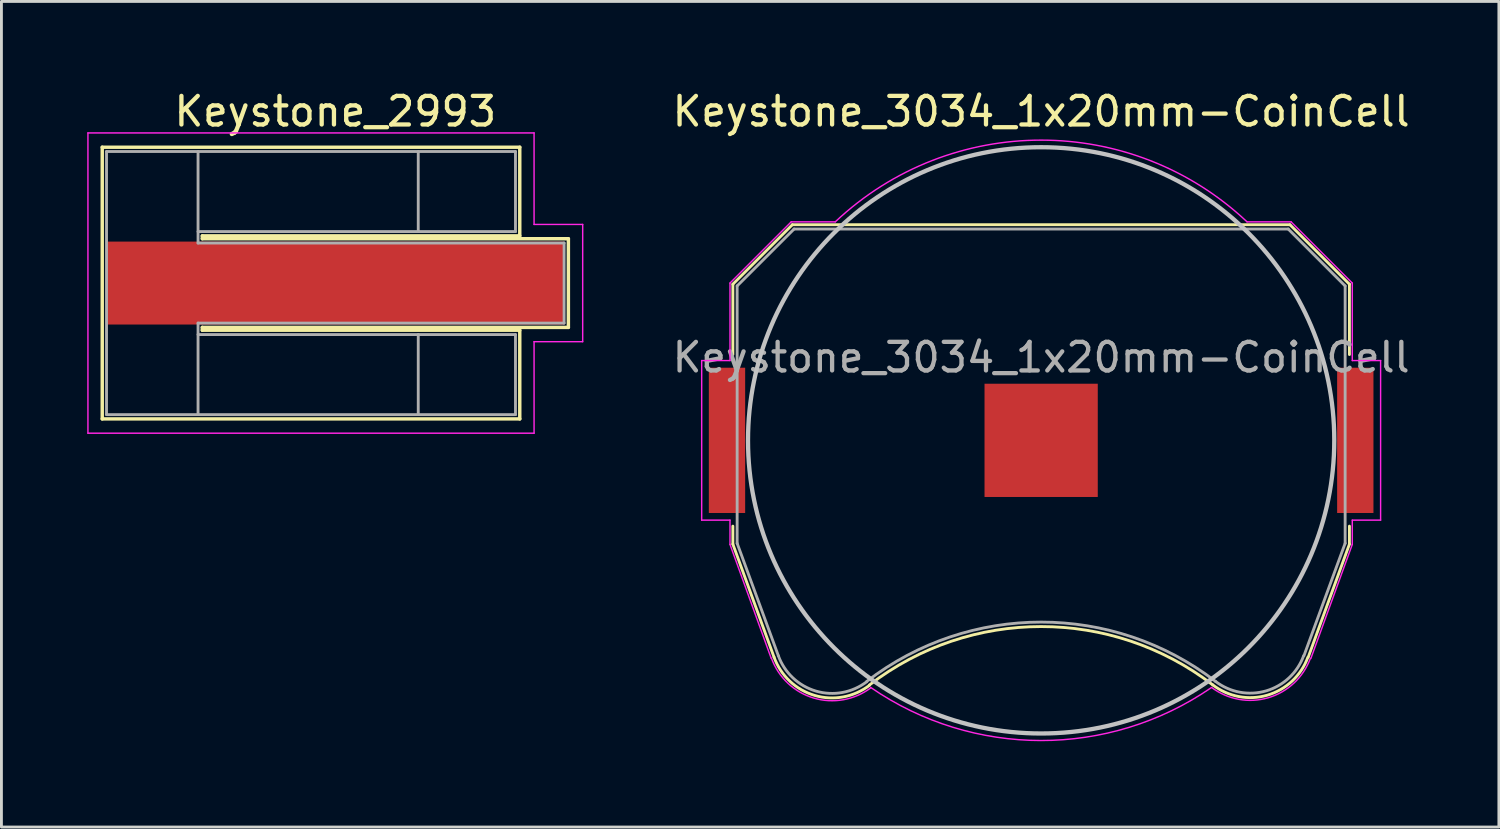
<source format=kicad_pcb>
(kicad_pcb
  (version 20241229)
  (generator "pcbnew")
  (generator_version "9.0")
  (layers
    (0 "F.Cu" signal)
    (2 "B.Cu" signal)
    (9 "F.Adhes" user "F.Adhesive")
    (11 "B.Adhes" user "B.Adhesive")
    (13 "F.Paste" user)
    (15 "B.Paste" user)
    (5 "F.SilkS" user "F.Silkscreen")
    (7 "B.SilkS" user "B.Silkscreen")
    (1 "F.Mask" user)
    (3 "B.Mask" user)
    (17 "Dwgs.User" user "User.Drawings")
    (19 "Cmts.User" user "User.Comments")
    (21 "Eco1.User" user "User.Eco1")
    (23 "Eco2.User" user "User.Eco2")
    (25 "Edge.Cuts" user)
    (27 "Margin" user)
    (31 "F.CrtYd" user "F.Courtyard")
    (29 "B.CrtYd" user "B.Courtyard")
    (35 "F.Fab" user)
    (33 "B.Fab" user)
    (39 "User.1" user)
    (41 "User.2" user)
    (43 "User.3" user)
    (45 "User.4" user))
  (footprint "Keystone_2993"
    (layer "F.Cu")
    (at 8.675 6.848)
    (property "Reference" "Keystone_2993" (at 0 -6 0) (layer "F.SilkS") (effects (font (size 1 1) (thickness 0.15))))
    (attr smd)
    (fp_line (start -8.15 -4.75) (end -8.15 4.75) (stroke (width 0.12) (type solid)) (layer "F.SilkS"))
    (fp_line (start -8.15 -4.75) (end 6.45 -4.75) (stroke (width 0.12) (type solid)) (layer "F.SilkS"))
    (fp_line (start -8.15 4.75) (end 6.45 4.75) (stroke (width 0.12) (type solid)) (layer "F.SilkS"))
    (fp_line (start -4.65 -1.65) (end -4.65 -1.55) (stroke (width 0.12) (type solid)) (layer "F.SilkS"))
    (fp_line (start -4.65 -1.55) (end 8.15 -1.55) (stroke (width 0.12) (type solid)) (layer "F.SilkS"))
    (fp_line (start -4.65 1.55) (end 8.15 1.55) (stroke (width 0.12) (type solid)) (layer "F.SilkS"))
    (fp_line (start -4.65 1.65) (end -4.65 1.55) (stroke (width 0.12) (type solid)) (layer "F.SilkS"))
    (fp_line (start 6.45 -4.75) (end 6.45 -1.65) (stroke (width 0.12) (type solid)) (layer "F.SilkS"))
    (fp_line (start 6.45 -1.65) (end -4.65 -1.65) (stroke (width 0.12) (type solid)) (layer "F.SilkS"))
    (fp_line (start 6.45 1.65) (end -4.65 1.65) (stroke (width 0.12) (type solid)) (layer "F.SilkS"))
    (fp_line (start 6.45 4.75) (end 6.45 1.65) (stroke (width 0.12) (type solid)) (layer "F.SilkS"))
    (fp_line (start 8.15 -1.55) (end 8.15 1.55) (stroke (width 0.12) (type solid)) (layer "F.SilkS"))
    (fp_line (start -8.65 -5.25) (end -8.65 5.25) (stroke (width 0.05) (type solid)) (layer "F.CrtYd"))
    (fp_line (start -8.65 -5.25) (end 6.95 -5.25) (stroke (width 0.05) (type solid)) (layer "F.CrtYd"))
    (fp_line (start -8.65 5.25) (end 6.95 5.25) (stroke (width 0.05) (type solid)) (layer "F.CrtYd"))
    (fp_line (start 6.95 -5.25) (end 6.95 -2.05) (stroke (width 0.05) (type solid)) (layer "F.CrtYd"))
    (fp_line (start 6.95 -2.05) (end 8.65 -2.05) (stroke (width 0.05) (type solid)) (layer "F.CrtYd"))
    (fp_line (start 6.95 2.05) (end 8.65 2.05) (stroke (width 0.05) (type solid)) (layer "F.CrtYd"))
    (fp_line (start 6.95 5.25) (end 6.95 2.05) (stroke (width 0.05) (type solid)) (layer "F.CrtYd"))
    (fp_line (start 8.65 -2.05) (end 8.65 2.05) (stroke (width 0.05) (type solid)) (layer "F.CrtYd"))
    (fp_line (start -8 -4.6) (end -8 4.6) (stroke (width 0.1) (type solid)) (layer "F.Fab"))
    (fp_line (start -8 -4.6) (end 6.3 -4.6) (stroke (width 0.1) (type solid)) (layer "F.Fab"))
    (fp_line (start -4.8 -1.4) (end -4.8 -4.6) (stroke (width 0.1) (type solid)) (layer "F.Fab"))
    (fp_line (start -4.8 -1.4) (end 8 -1.4) (stroke (width 0.1) (type solid)) (layer "F.Fab"))
    (fp_line (start -4.8 1.4) (end -4.8 4.6) (stroke (width 0.1) (type solid)) (layer "F.Fab"))
    (fp_line (start 2.9 -1.8) (end 2.9 -4.6) (stroke (width 0.1) (type solid)) (layer "F.Fab"))
    (fp_line (start 2.9 1.8) (end 2.9 4.6) (stroke (width 0.1) (type solid)) (layer "F.Fab"))
    (fp_line (start 6.3 -4.6) (end 6.3 -1.8) (stroke (width 0.1) (type solid)) (layer "F.Fab"))
    (fp_line (start 6.3 -1.8) (end -4.8 -1.8) (stroke (width 0.1) (type solid)) (layer "F.Fab"))
    (fp_line (start 6.3 1.8) (end -4.8 1.8) (stroke (width 0.1) (type solid)) (layer "F.Fab"))
    (fp_line (start 6.3 4.6) (end -8 4.6) (stroke (width 0.1) (type solid)) (layer "F.Fab"))
    (fp_line (start 6.3 4.6) (end 6.3 1.8) (stroke (width 0.1) (type solid)) (layer "F.Fab"))
    (fp_line (start 8 -1.4) (end 8 1.4) (stroke (width 0.1) (type solid)) (layer "F.Fab"))
    (fp_line (start 8 1.4) (end -4.8 1.4) (stroke (width 0.1) (type solid)) (layer "F.Fab"))
    (pad "1" smd rect (at 0 0) (size 16 2.9) (layers "F.Cu" "F.Mask" "F.Paste")))
  (footprint "Keystone_3034_1x20mm-CoinCell"
    (layer "F.Cu")
    (at 33.356 12.348)
    (property "Reference" "Keystone_3034_1x20mm-CoinCell" (at 0 -11.5 0) (layer "F.SilkS") (effects (font (size 1 1) (thickness 0.15))))
    (attr smd)
    (fp_line (start -10.78 -5.46) (end -10.78 -3) (stroke (width 0.1) (type solid)) (layer "F.SilkS"))
    (fp_line (start -10.78 3) (end -10.78 3.63) (stroke (width 0.1) (type solid)) (layer "F.SilkS"))
    (fp_line (start -10.78 3.63) (end -9.34 7.58) (stroke (width 0.1) (type solid)) (layer "F.SilkS"))
    (fp_line (start -8.7 -7.54) (end -10.78 -5.46) (stroke (width 0.1) (type solid)) (layer "F.SilkS"))
    (fp_line (start 8.7 -7.54) (end -8.7 -7.54) (stroke (width 0.1) (type solid)) (layer "F.SilkS"))
    (fp_line (start 8.7 -7.54) (end 10.78 -5.46) (stroke (width 0.1) (type solid)) (layer "F.SilkS"))
    (fp_line (start 10.78 -5.46) (end 10.78 -3) (stroke (width 0.1) (type solid)) (layer "F.SilkS"))
    (fp_line (start 10.78 3) (end 10.78 3.63) (stroke (width 0.1) (type solid)) (layer "F.SilkS"))
    (fp_line (start 10.78 3.63) (end 9.34 7.58) (stroke (width 0.1) (type solid)) (layer "F.SilkS"))
    (fp_arc (start -6.0046 8.553536) (mid -0.002901 6.511341) (end 6 8.55) (stroke (width 0.1) (type solid)) (layer "F.SilkS"))
    (fp_arc (start -6.003354 8.56653) (mid -7.921654 8.918738) (end -9.34 7.58) (stroke (width 0.1) (type solid)) (layer "F.SilkS"))
    (fp_arc (start 9.325243 7.588169) (mid 7.90634 8.911668) (end 6 8.55) (stroke (width 0.1) (type solid)) (layer "F.SilkS"))
    (fp_circle (center 0 0) (end 0 10.25) (stroke (width 0.15) (type solid)) (fill no) (layer "Dwgs.User"))
    (fp_line (start -11.87 -2.79) (end -11.87 2.79) (stroke (width 0.05) (type solid)) (layer "F.CrtYd"))
    (fp_line (start -11.87 2.79) (end -10.88 2.79) (stroke (width 0.05) (type solid)) (layer "F.CrtYd"))
    (fp_line (start -10.88 -5.5) (end -10.88 -2.79) (stroke (width 0.05) (type solid)) (layer "F.CrtYd"))
    (fp_line (start -10.88 -2.79) (end -11.87 -2.79) (stroke (width 0.05) (type solid)) (layer "F.CrtYd"))
    (fp_line (start -10.88 2.79) (end -10.88 3.64) (stroke (width 0.05) (type solid)) (layer "F.CrtYd"))
    (fp_line (start -10.88 3.64) (end -9.44 7.62) (stroke (width 0.05) (type solid)) (layer "F.CrtYd"))
    (fp_line (start -8.74 -7.64) (end -10.88 -5.5) (stroke (width 0.05) (type solid)) (layer "F.CrtYd"))
    (fp_line (start -7.2 -7.64) (end -8.74 -7.64) (stroke (width 0.05) (type solid)) (layer "F.CrtYd"))
    (fp_line (start 8.74 -7.64) (end 7.2 -7.64) (stroke (width 0.05) (type solid)) (layer "F.CrtYd"))
    (fp_line (start 9.43 7.63) (end 10.88 3.64) (stroke (width 0.05) (type solid)) (layer "F.CrtYd"))
    (fp_line (start 10.88 -5.5) (end 8.74 -7.64) (stroke (width 0.05) (type solid)) (layer "F.CrtYd"))
    (fp_line (start 10.88 -2.79) (end 10.88 -5.5) (stroke (width 0.05) (type solid)) (layer "F.CrtYd"))
    (fp_line (start 10.88 2.79) (end 11.87 2.79) (stroke (width 0.05) (type solid)) (layer "F.CrtYd"))
    (fp_line (start 10.88 3.64) (end 10.88 2.79) (stroke (width 0.05) (type solid)) (layer "F.CrtYd"))
    (fp_line (start 11.87 -2.79) (end 10.88 -2.79) (stroke (width 0.05) (type solid)) (layer "F.CrtYd"))
    (fp_line (start 11.87 2.79) (end 11.87 -2.79) (stroke (width 0.05) (type solid)) (layer "F.CrtYd"))
    (fp_arc (start -7.199546 -7.640427) (mid 0.000312 -10.498075) (end 7.2 -7.64) (stroke (width 0.05) (type solid)) (layer "F.CrtYd"))
    (fp_arc (start -5.956965 8.654604) (mid -7.953941 9.011629) (end -9.43 7.62) (stroke (width 0.05) (type solid)) (layer "F.CrtYd"))
    (fp_arc (start 5.945368 8.650075) (mid -0.008883 10.496243) (end -5.96 8.64) (stroke (width 0.05) (type solid)) (layer "F.CrtYd"))
    (fp_arc (start 9.415144 7.621341) (mid 7.944017 9.000493) (end 5.96 8.64) (stroke (width 0.05) (type solid)) (layer "F.CrtYd"))
    (fp_line (start -10.63 -5.4) (end -8.64 -7.39) (stroke (width 0.1) (type solid)) (layer "F.Fab"))
    (fp_line (start -10.63 3.6) (end -10.63 -5.4) (stroke (width 0.1) (type solid)) (layer "F.Fab"))
    (fp_line (start -9.19 7.53) (end -10.63 3.6) (stroke (width 0.1) (type solid)) (layer "F.Fab"))
    (fp_line (start -8.64 -7.39) (end 8.64 -7.39) (stroke (width 0.1) (type solid)) (layer "F.Fab"))
    (fp_line (start 8.64 -7.39) (end 10.63 -5.4) (stroke (width 0.1) (type solid)) (layer "F.Fab"))
    (fp_line (start 10.63 -5.4) (end 10.63 3.6) (stroke (width 0.1) (type solid)) (layer "F.Fab"))
    (fp_line (start 10.63 3.6) (end 9.19 7.53) (stroke (width 0.1) (type solid)) (layer "F.Fab"))
    (fp_arc (start -6.096146 8.438508) (mid -7.87328 8.768206) (end -9.19 7.53) (stroke (width 0.1) (type solid)) (layer "F.Fab"))
    (fp_arc (start -6.094852 8.426043) (mid 0.003247 6.355257) (end 6.1 8.43) (stroke (width 0.1) (type solid)) (layer "F.Fab"))
    (fp_arc (start 9.180727 7.528882) (mid 7.868698 8.760067) (end 6.1 8.43) (stroke (width 0.1) (type solid)) (layer "F.Fab"))
    (fp_text user "${REFERENCE}" (at 0 -2.9 0) (layer "F.Fab") (effects (font (size 1 1) (thickness 0.15))))
    (pad "1" smd rect (at -10.985 0) (size 1.27 5.08) (layers "F.Cu" "F.Mask" "F.Paste"))
    (pad "1" smd rect (at 10.985 0) (size 1.27 5.08) (layers "F.Cu" "F.Mask" "F.Paste"))
    (pad "2" smd rect (at 0 0) (size 3.96 3.96) (layers "F.Cu" "F.Mask" "F.Paste")))
  (gr_rect
    (start -3 -3)
    (end 49.362 25.869)
    (stroke (width 0.1) (type default))
    (fill no)
    (layer "Edge.Cuts")))
</source>
